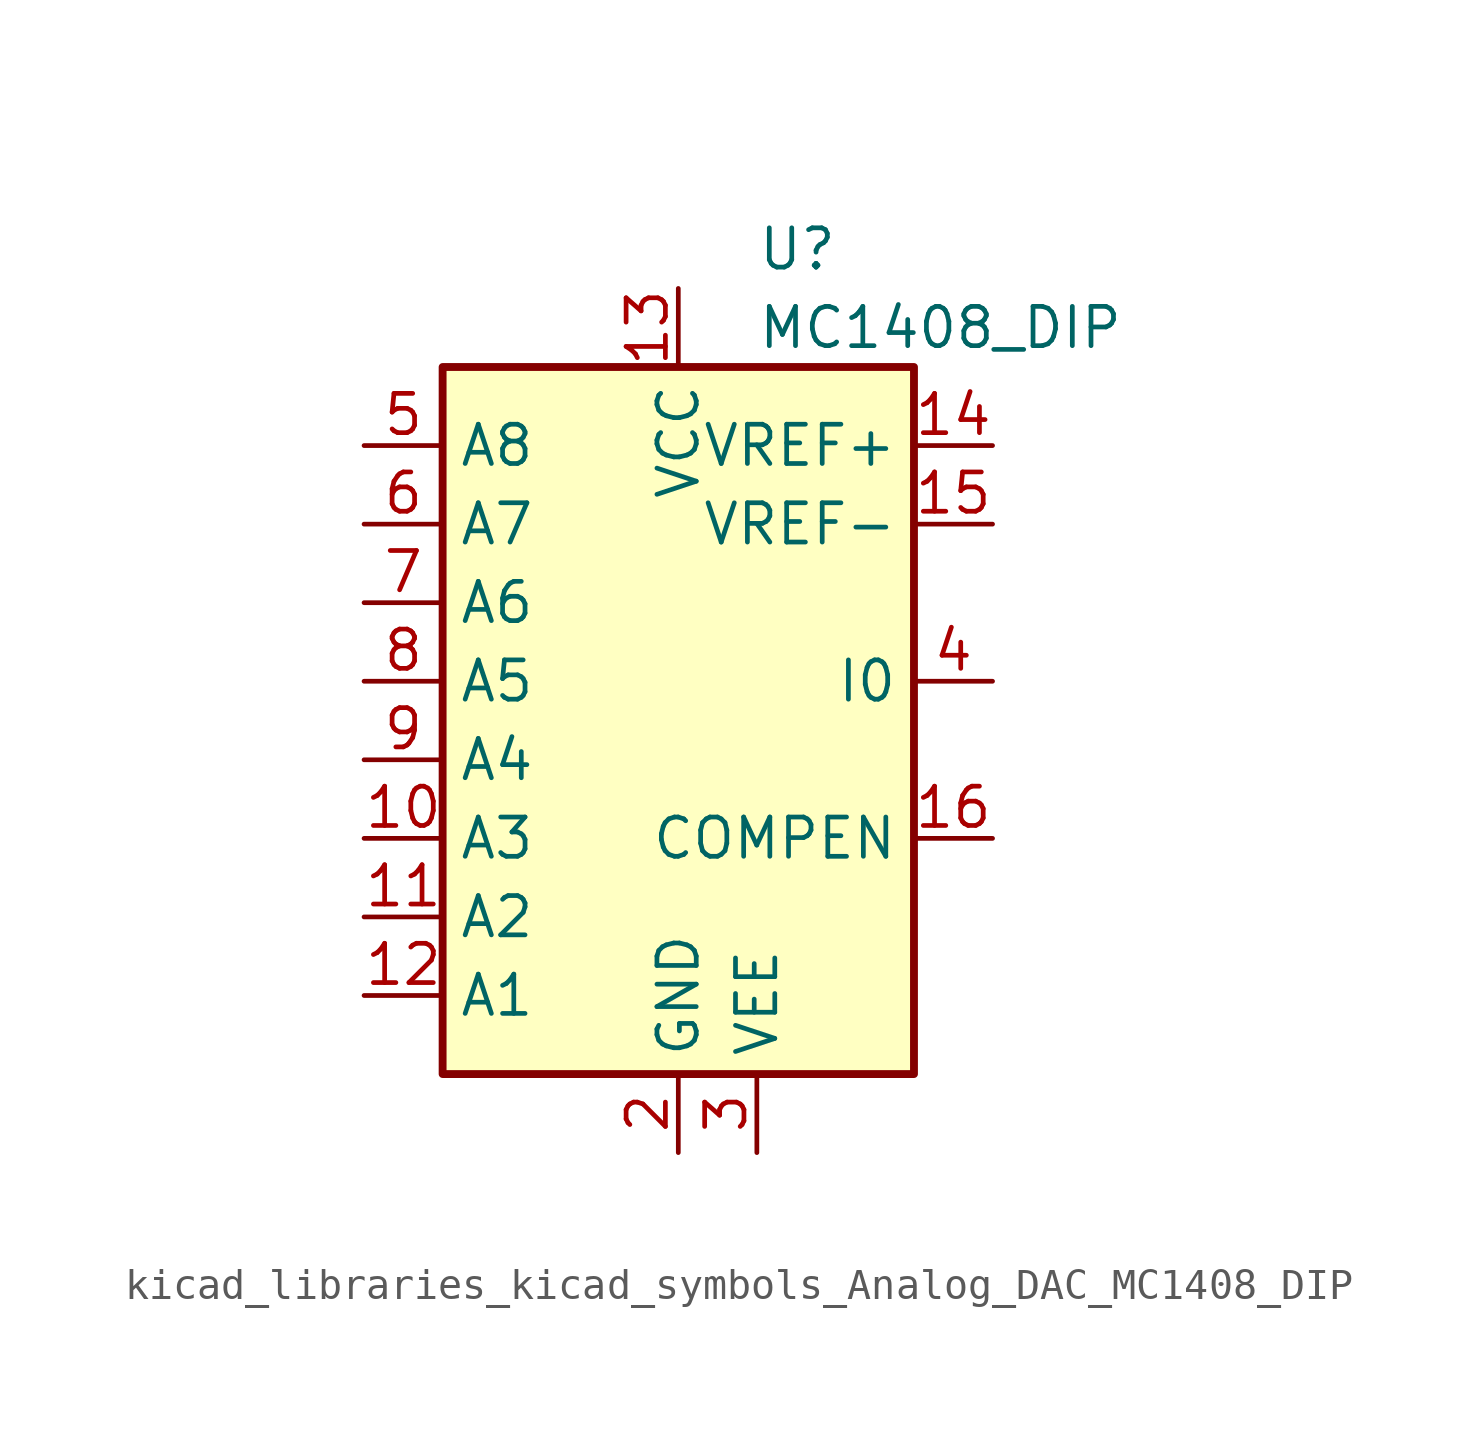
<source format=kicad_sym>
(kicad_symbol_lib
  (version 20220914)
  (generator kicad_symbol_editor)
  (symbol "kicad_libraries_kicad_symbols_Analog_DAC_MC1408_DIP"
    (property "Reference" "U"
      (at 2.54 16.51 0)
      (effects (font (size 1.27 1.27)) (justify left)))
    (property "Value" "MC1408_DIP"
      (at 2.54 13.97 0)
      (effects (font (size 1.27 1.27)) (justify left)))
    (symbol "kicad_libraries_kicad_symbols_Analog_DAC_MC1408_DIP_0_0"
      (rectangle (start -7.62 -10.16) (end 7.62 12.7) (stroke (width 0.254) (type default)) (fill (type background))))
    (symbol "kicad_libraries_kicad_symbols_Analog_DAC_MC1408_DIP_1_1"
      (pin no_connect line (at 7.62 -5.08 180) (length 2.54) hide (name "NC" (effects (font (size 1.27 1.27)))) (number "1" (effects (font (size 1.27 1.27)))))
      (pin input line (at -10.16 -2.54 0) (length 2.54) (name "A3" (effects (font (size 1.27 1.27)))) (number "10" (effects (font (size 1.27 1.27)))))
      (pin input line (at -10.16 -5.08 0) (length 2.54) (name "A2" (effects (font (size 1.27 1.27)))) (number "11" (effects (font (size 1.27 1.27)))))
      (pin input line (at -10.16 -7.62 0) (length 2.54) (name "A1" (effects (font (size 1.27 1.27)))) (number "12" (effects (font (size 1.27 1.27)))))
      (pin power_in line (at 0 15.24 270) (length 2.54) (name "VCC" (effects (font (size 1.27 1.27)))) (number "13" (effects (font (size 1.27 1.27)))))
      (pin output line (at 10.16 10.16 180) (length 2.54) (name "VREF+" (effects (font (size 1.27 1.27)))) (number "14" (effects (font (size 1.27 1.27)))))
      (pin output line (at 10.16 7.62 180) (length 2.54) (name "VREF-" (effects (font (size 1.27 1.27)))) (number "15" (effects (font (size 1.27 1.27)))))
      (pin passive line (at 10.16 -2.54 180) (length 2.54) (name "COMPEN" (effects (font (size 1.27 1.27)))) (number "16" (effects (font (size 1.27 1.27)))))
      (pin power_in line (at 0 -12.7 90) (length 2.54) (name "GND" (effects (font (size 1.27 1.27)))) (number "2" (effects (font (size 1.27 1.27)))))
      (pin power_in line (at 2.54 -12.7 90) (length 2.54) (name "VEE" (effects (font (size 1.27 1.27)))) (number "3" (effects (font (size 1.27 1.27)))))
      (pin input line (at 10.16 2.54 180) (length 2.54) (name "I0" (effects (font (size 1.27 1.27)))) (number "4" (effects (font (size 1.27 1.27)))))
      (pin input line (at -10.16 10.16 0) (length 2.54) (name "A8" (effects (font (size 1.27 1.27)))) (number "5" (effects (font (size 1.27 1.27)))))
      (pin input line (at -10.16 7.62 0) (length 2.54) (name "A7" (effects (font (size 1.27 1.27)))) (number "6" (effects (font (size 1.27 1.27)))))
      (pin input line (at -10.16 5.08 0) (length 2.54) (name "A6" (effects (font (size 1.27 1.27)))) (number "7" (effects (font (size 1.27 1.27)))))
      (pin input line (at -10.16 2.54 0) (length 2.54) (name "A5" (effects (font (size 1.27 1.27)))) (number "8" (effects (font (size 1.27 1.27)))))
      (pin input line (at -10.16 0 0) (length 2.54) (name "A4" (effects (font (size 1.27 1.27)))) (number "9" (effects (font (size 1.27 1.27))))))))
</source>
